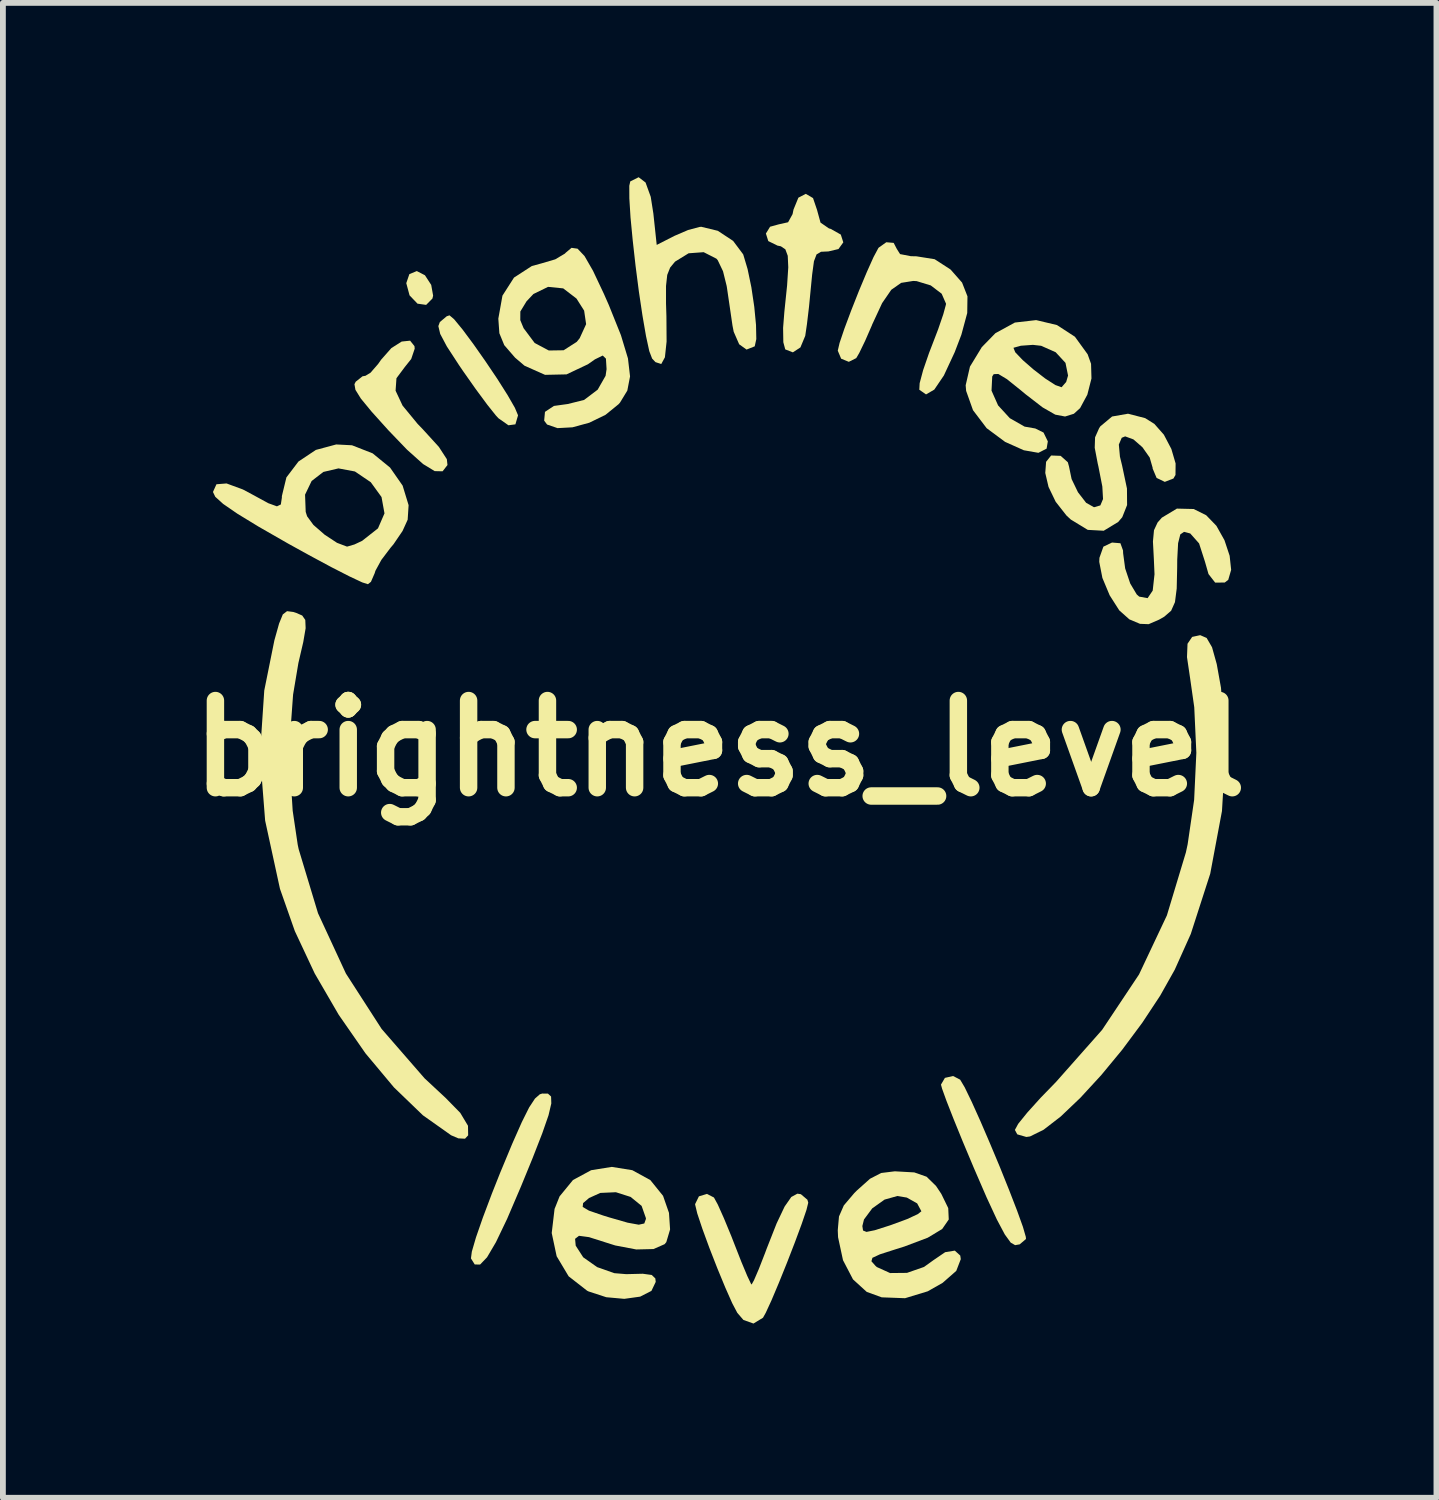
<source format=kicad_pcb>
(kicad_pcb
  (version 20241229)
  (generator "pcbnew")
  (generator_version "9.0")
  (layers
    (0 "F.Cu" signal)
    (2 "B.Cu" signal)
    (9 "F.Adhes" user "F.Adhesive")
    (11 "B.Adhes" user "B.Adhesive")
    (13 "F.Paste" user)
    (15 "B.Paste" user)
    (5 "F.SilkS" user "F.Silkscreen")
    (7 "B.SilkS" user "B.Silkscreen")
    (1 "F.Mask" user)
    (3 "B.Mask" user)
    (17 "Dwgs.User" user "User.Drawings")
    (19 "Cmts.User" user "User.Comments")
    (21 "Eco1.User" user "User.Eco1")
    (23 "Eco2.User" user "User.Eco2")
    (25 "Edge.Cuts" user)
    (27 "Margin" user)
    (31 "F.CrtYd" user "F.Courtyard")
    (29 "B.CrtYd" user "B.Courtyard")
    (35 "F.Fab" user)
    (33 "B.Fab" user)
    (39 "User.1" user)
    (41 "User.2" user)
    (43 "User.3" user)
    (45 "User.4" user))
  (footprint "brightness_level"
    (layer "F.Cu")
    (at 9.336 9.828)
    (property "Reference" "brightness_level" (at 0 0 0) (layer "F.SilkS") (effects (font (size 1.5 1.5) (thickness 0.3))))
    (attr board_only exclude_from_pos_files exclude_from_bom)
    (fp_poly (pts (xy -5.073 -8.141) (xy -4.965 -7.975) (xy -4.932 -7.79) (xy -4.944 -7.74) (xy -5.052 -7.631) (xy -5.201 -7.652) (xy -5.336 -7.793) (xy -5.338 -7.796) (xy -5.394 -8.005) (xy -5.341 -8.16) (xy -5.213 -8.213)) (stroke (width 0) (type solid)) (fill yes) (layer "F.SilkS"))
    (fp_poly (pts (xy -4.571 -7.384) (xy -4.426 -7.208) (xy -4.238 -6.955) (xy -4.031 -6.66) (xy -3.827 -6.357) (xy -3.651 -6.079) (xy -3.525 -5.86) (xy -3.472 -5.734) (xy -3.471 -5.729) (xy -3.516 -5.575) (xy -3.636 -5.559) (xy -3.808 -5.68) (xy -3.854 -5.73) (xy -3.999 -5.912) (xy -4.2 -6.184) (xy -4.421 -6.498) (xy -4.487 -6.595) (xy -4.696 -6.916) (xy -4.81 -7.131) (xy -4.842 -7.266) (xy -4.816 -7.336) (xy -4.698 -7.435) (xy -4.65 -7.451)) (stroke (width 0) (type solid)) (fill yes) (layer "F.SilkS"))
    (fp_poly (pts (xy -2.956 5.943) (xy -2.902 5.993) (xy -2.898 6.112) (xy -2.946 6.316) (xy -3.053 6.624) (xy -3.22 7.053) (xy -3.42 7.541) (xy -3.658 8.097) (xy -3.851 8.5) (xy -4.004 8.76) (xy -4.124 8.885) (xy -4.216 8.883) (xy -4.281 8.779) (xy -4.266 8.663) (xy -4.195 8.419) (xy -4.076 8.076) (xy -3.92 7.662) (xy -3.781 7.312) (xy -3.569 6.802) (xy -3.405 6.432) (xy -3.279 6.18) (xy -3.179 6.028) (xy -3.096 5.955) (xy -3.055 5.942)) (stroke (width 0) (type solid)) (fill yes) (layer "F.SilkS"))
    (fp_poly (pts (xy 4.138 5.703) (xy 4.216 5.834) (xy 4.336 6.082) (xy 4.486 6.415) (xy 4.652 6.801) (xy 4.822 7.207) (xy 4.981 7.603) (xy 5.118 7.957) (xy 5.218 8.235) (xy 5.268 8.408) (xy 5.271 8.445) (xy 5.163 8.537) (xy 5.084 8.551) (xy 5.008 8.507) (xy 4.906 8.366) (xy 4.77 8.11) (xy 4.592 7.726) (xy 4.372 7.218) (xy 4.185 6.773) (xy 4.025 6.38) (xy 3.902 6.066) (xy 3.827 5.858) (xy 3.808 5.788) (xy 3.876 5.672) (xy 4.017 5.64)) (stroke (width 0) (type solid)) (fill yes) (layer "F.SilkS"))
    (fp_poly (pts (xy -5.253 -6.921) (xy -5.249 -6.877) (xy -5.309 -6.7) (xy -5.419 -6.562) (xy -5.563 -6.369) (xy -5.578 -6.154) (xy -5.458 -5.898) (xy -5.198 -5.582) (xy -5.111 -5.492) (xy -4.834 -5.188) (xy -4.696 -4.976) (xy -4.685 -4.875) (xy -4.769 -4.767) (xy -4.905 -4.77) (xy -5.105 -4.892) (xy -5.38 -5.138) (xy -5.701 -5.472) (xy -5.991 -5.794) (xy -6.176 -6.019) (xy -6.269 -6.169) (xy -6.286 -6.266) (xy -6.264 -6.309) (xy -6.147 -6.402) (xy -6.096 -6.411) (xy -6.01 -6.463) (xy -5.878 -6.615) (xy -5.826 -6.689) (xy -5.651 -6.887) (xy -5.473 -7) (xy -5.328 -7.015)) (stroke (width 0) (type solid)) (fill yes) (layer "F.SilkS"))
    (fp_poly (pts (xy 8.38 -1.899) (xy 8.473 -1.739) (xy 8.554 -1.449) (xy 8.627 -1.042) (xy 8.708 0.001) (xy 8.644 1.08) (xy 8.442 2.158) (xy 8.107 3.196) (xy 7.831 3.811) (xy 7.58 4.258) (xy 7.272 4.724) (xy 6.927 5.188) (xy 6.565 5.626) (xy 6.206 6.016) (xy 5.869 6.337) (xy 5.574 6.565) (xy 5.341 6.68) (xy 5.277 6.689) (xy 5.121 6.644) (xy 5.08 6.568) (xy 5.137 6.463) (xy 5.293 6.27) (xy 5.522 6.016) (xy 5.788 5.742) (xy 6.581 4.846) (xy 7.216 3.893) (xy 7.696 2.876) (xy 8.023 1.792) (xy 8.053 1.653) (xy 8.165 0.888) (xy 8.203 0.077) (xy 8.167 -0.706) (xy 8.096 -1.203) (xy 8.042 -1.569) (xy 8.051 -1.799) (xy 8.131 -1.917) (xy 8.269 -1.947)) (stroke (width 0) (type solid)) (fill yes) (layer "F.SilkS"))
    (fp_poly (pts (xy -7.338 -2.346) (xy -7.288 -2.33) (xy -7.185 -2.285) (xy -7.132 -2.209) (xy -7.126 -2.067) (xy -7.167 -1.828) (xy -7.251 -1.466) (xy -7.342 -0.924) (xy -7.389 -0.279) (xy -7.391 0.407) (xy -7.349 1.074) (xy -7.262 1.661) (xy -7.246 1.736) (xy -6.913 2.839) (xy -6.433 3.876) (xy -5.818 4.83) (xy -5.079 5.68) (xy -4.72 6.014) (xy -4.465 6.274) (xy -4.332 6.496) (xy -4.329 6.661) (xy -4.383 6.719) (xy -4.498 6.713) (xy -4.622 6.66) (xy -5.108 6.316) (xy -5.606 5.836) (xy -6.096 5.25) (xy -6.557 4.586) (xy -6.97 3.875) (xy -7.312 3.146) (xy -7.564 2.429) (xy -7.569 2.413) (xy -7.823 1.244) (xy -7.912 0.111) (xy -7.838 -0.995) (xy -7.664 -1.858) (xy -7.583 -2.147) (xy -7.519 -2.304) (xy -7.446 -2.36)) (stroke (width 0) (type solid)) (fill yes) (layer "F.SilkS"))
    (fp_poly (pts (xy 1.606 -9.469) (xy 1.677 -9.26) (xy 1.677 -9.258) (xy 1.735 -9.047) (xy 1.88 -8.947) (xy 1.91 -8.939) (xy 2.084 -8.841) (xy 2.127 -8.707) (xy 2.044 -8.592) (xy 1.871 -8.551) (xy 1.744 -8.545) (xy 1.667 -8.5) (xy 1.622 -8.382) (xy 1.591 -8.153) (xy 1.57 -7.938) (xy 1.537 -7.598) (xy 1.501 -7.296) (xy 1.472 -7.098) (xy 1.472 -7.098) (xy 1.389 -6.899) (xy 1.259 -6.814) (xy 1.128 -6.865) (xy 1.095 -6.988) (xy 1.091 -7.235) (xy 1.113 -7.514) (xy 1.16 -7.967) (xy 1.18 -8.278) (xy 1.171 -8.476) (xy 1.13 -8.587) (xy 1.053 -8.639) (xy 0.995 -8.651) (xy 0.836 -8.729) (xy 0.795 -8.859) (xy 0.867 -8.976) (xy 1.016 -9.017) (xy 1.177 -9.053) (xy 1.254 -9.193) (xy 1.27 -9.271) (xy 1.354 -9.476) (xy 1.482 -9.542)) (stroke (width 0) (type solid)) (fill yes) (layer "F.SilkS"))
    (fp_poly (pts (xy 1.397 7.674) (xy 1.509 7.769) (xy 1.524 7.82) (xy 1.493 7.945) (xy 1.411 8.186) (xy 1.294 8.502) (xy 1.158 8.853) (xy 1.018 9.2) (xy 0.891 9.501) (xy 0.792 9.716) (xy 0.745 9.8) (xy 0.581 9.9) (xy 0.408 9.838) (xy 0.303 9.716) (xy 0.215 9.549) (xy 0.095 9.278) (xy -0.042 8.946) (xy -0.179 8.595) (xy -0.299 8.267) (xy -0.386 8.006) (xy -0.423 7.852) (xy -0.423 7.844) (xy -0.358 7.711) (xy -0.219 7.669) (xy -0.099 7.731) (xy -0.033 7.852) (xy 0.073 8.089) (xy 0.201 8.399) (xy 0.252 8.53) (xy 0.374 8.841) (xy 0.474 9.08) (xy 0.537 9.213) (xy 0.549 9.229) (xy 0.59 9.155) (xy 0.673 8.962) (xy 0.781 8.685) (xy 0.807 8.615) (xy 0.979 8.178) (xy 1.117 7.887) (xy 1.232 7.722) (xy 1.337 7.665)) (stroke (width 0) (type solid)) (fill yes) (layer "F.SilkS"))
    (fp_poly (pts (xy 8.157 -4.118) (xy 8.372 -4.011) (xy 8.548 -3.829) (xy 8.687 -3.581) (xy 8.776 -3.313) (xy 8.802 -3.071) (xy 8.752 -2.899) (xy 8.692 -2.853) (xy 8.527 -2.851) (xy 8.412 -2.999) (xy 8.352 -3.209) (xy 8.25 -3.526) (xy 8.098 -3.697) (xy 7.991 -3.725) (xy 7.927 -3.681) (xy 7.889 -3.53) (xy 7.874 -3.246) (xy 7.873 -3.111) (xy 7.865 -2.749) (xy 7.835 -2.515) (xy 7.769 -2.367) (xy 7.651 -2.265) (xy 7.562 -2.214) (xy 7.382 -2.136) (xy 7.233 -2.142) (xy 7.05 -2.219) (xy 6.876 -2.374) (xy 6.711 -2.633) (xy 6.586 -2.932) (xy 6.532 -3.208) (xy 6.535 -3.278) (xy 6.603 -3.47) (xy 6.752 -3.541) (xy 6.896 -3.529) (xy 6.941 -3.405) (xy 6.943 -3.356) (xy 6.978 -3.095) (xy 7.065 -2.836) (xy 7.177 -2.648) (xy 7.22 -2.61) (xy 7.364 -2.584) (xy 7.452 -2.714) (xy 7.483 -2.996) (xy 7.472 -3.251) (xy 7.456 -3.559) (xy 7.474 -3.753) (xy 7.536 -3.886) (xy 7.609 -3.969) (xy 7.868 -4.125)) (stroke (width 0) (type solid)) (fill yes) (layer "F.SilkS"))
    (fp_poly (pts (xy 2.994 -8.698) (xy 3.048 -8.594) (xy 3.104 -8.505) (xy 3.29 -8.469) (xy 3.385 -8.467) (xy 3.699 -8.417) (xy 3.968 -8.243) (xy 3.978 -8.234) (xy 4.171 -8.015) (xy 4.264 -7.778) (xy 4.26 -7.491) (xy 4.159 -7.117) (xy 4.044 -6.816) (xy 3.858 -6.416) (xy 3.693 -6.173) (xy 3.551 -6.09) (xy 3.436 -6.17) (xy 3.435 -6.17) (xy 3.441 -6.283) (xy 3.501 -6.508) (xy 3.603 -6.804) (xy 3.639 -6.897) (xy 3.759 -7.21) (xy 3.848 -7.47) (xy 3.892 -7.631) (xy 3.895 -7.651) (xy 3.82 -7.823) (xy 3.632 -7.966) (xy 3.389 -8.04) (xy 3.33 -8.043) (xy 3.123 -8.01) (xy 2.953 -7.891) (xy 2.795 -7.661) (xy 2.624 -7.293) (xy 2.62 -7.281) (xy 2.503 -7.013) (xy 2.401 -6.802) (xy 2.35 -6.715) (xy 2.222 -6.651) (xy 2.09 -6.705) (xy 2.032 -6.843) (xy 2.063 -6.976) (xy 2.146 -7.222) (xy 2.263 -7.535) (xy 2.397 -7.874) (xy 2.531 -8.194) (xy 2.647 -8.453) (xy 2.729 -8.606) (xy 2.735 -8.615) (xy 2.867 -8.709)) (stroke (width 0) (type solid)) (fill yes) (layer "F.SilkS"))
    (fp_poly (pts (xy 7.322 -5.682) (xy 7.48 -5.583) (xy 7.644 -5.397) (xy 7.773 -5.151) (xy 7.846 -4.902) (xy 7.844 -4.704) (xy 7.809 -4.643) (xy 7.66 -4.585) (xy 7.519 -4.653) (xy 7.451 -4.814) (xy 7.451 -4.827) (xy 7.4 -5.004) (xy 7.275 -5.181) (xy 7.12 -5.316) (xy 6.978 -5.368) (xy 6.919 -5.344) (xy 6.869 -5.227) (xy 6.888 -5.019) (xy 6.925 -4.867) (xy 7.009 -4.47) (xy 7.011 -4.186) (xy 6.928 -3.977) (xy 6.858 -3.895) (xy 6.609 -3.744) (xy 6.334 -3.759) (xy 6.042 -3.937) (xy 5.967 -4.007) (xy 5.782 -4.243) (xy 5.659 -4.498) (xy 5.603 -4.738) (xy 5.617 -4.93) (xy 5.704 -5.039) (xy 5.866 -5.033) (xy 5.87 -5.031) (xy 5.991 -4.923) (xy 6.011 -4.851) (xy 6.056 -4.634) (xy 6.166 -4.406) (xy 6.306 -4.225) (xy 6.441 -4.149) (xy 6.444 -4.149) (xy 6.551 -4.18) (xy 6.597 -4.29) (xy 6.585 -4.505) (xy 6.517 -4.852) (xy 6.506 -4.899) (xy 6.454 -5.172) (xy 6.46 -5.352) (xy 6.529 -5.507) (xy 6.55 -5.54) (xy 6.753 -5.71) (xy 7.027 -5.758)) (stroke (width 0) (type solid)) (fill yes) (layer "F.SilkS"))
    (fp_poly (pts (xy -1.276 -9.737) (xy -1.187 -9.491) (xy -1.142 -9.205) (xy -1.084 -8.663) (xy -0.778 -8.819) (xy -0.543 -8.92) (xy -0.347 -8.972) (xy -0.317 -8.975) (xy -0.033 -8.906) (xy 0.231 -8.732) (xy 0.403 -8.502) (xy 0.407 -8.492) (xy 0.48 -8.247) (xy 0.545 -7.934) (xy 0.595 -7.597) (xy 0.625 -7.285) (xy 0.63 -7.043) (xy 0.603 -6.919) (xy 0.601 -6.917) (xy 0.462 -6.862) (xy 0.335 -6.953) (xy 0.241 -7.168) (xy 0.22 -7.275) (xy 0.172 -7.604) (xy 0.123 -7.938) (xy 0.119 -7.96) (xy 0.057 -8.21) (xy -0.034 -8.4) (xy -0.056 -8.426) (xy -0.276 -8.538) (xy -0.535 -8.519) (xy -0.769 -8.375) (xy -0.853 -8.273) (xy -0.903 -8.147) (xy -0.924 -7.956) (xy -0.924 -7.659) (xy -0.917 -7.431) (xy -0.914 -7) (xy -0.943 -6.729) (xy -1.006 -6.613) (xy -1.106 -6.646) (xy -1.163 -6.707) (xy -1.212 -6.835) (xy -1.268 -7.093) (xy -1.329 -7.446) (xy -1.391 -7.861) (xy -1.448 -8.303) (xy -1.497 -8.741) (xy -1.535 -9.138) (xy -1.555 -9.463) (xy -1.556 -9.681) (xy -1.539 -9.756) (xy -1.395 -9.828)) (stroke (width 0) (type solid)) (fill yes) (layer "F.SilkS"))
    (fp_poly (pts (xy -1.504 7.261) (xy -1.194 7.431) (xy -0.975 7.702) (xy -0.873 7.995) (xy -0.854 8.281) (xy -0.919 8.499) (xy -0.948 8.534) (xy -1.139 8.618) (xy -1.436 8.625) (xy -1.798 8.556) (xy -1.947 8.509) (xy -2.249 8.413) (xy -2.422 8.39) (xy -2.489 8.442) (xy -2.478 8.56) (xy -2.349 8.76) (xy -2.109 8.929) (xy -1.814 9.033) (xy -1.609 9.05) (xy -1.324 9.043) (xy -1.17 9.064) (xy -1.108 9.123) (xy -1.101 9.183) (xy -1.175 9.338) (xy -1.369 9.437) (xy -1.642 9.475) (xy -1.952 9.447) (xy -2.258 9.347) (xy -2.283 9.334) (xy -2.6 9.087) (xy -2.806 8.742) (xy -2.891 8.342) (xy -2.842 7.927) (xy -2.828 7.893) (xy -2.358 7.893) (xy -2.25 7.957) (xy -2.005 8.041) (xy -1.905 8.072) (xy -1.585 8.164) (xy -1.393 8.199) (xy -1.298 8.178) (xy -1.27 8.101) (xy -1.27 8.086) (xy -1.344 7.875) (xy -1.533 7.721) (xy -1.787 7.64) (xy -2.055 7.652) (xy -2.249 7.74) (xy -2.351 7.827) (xy -2.358 7.893) (xy -2.828 7.893) (xy -2.756 7.712) (xy -2.525 7.43) (xy -2.212 7.261) (xy -1.857 7.204)) (stroke (width 0) (type solid)) (fill yes) (layer "F.SilkS"))
    (fp_poly (pts (xy 5.804 -7.284) (xy 6.113 -7.083) (xy 6.332 -6.781) (xy 6.391 -6.617) (xy 6.398 -6.365) (xy 6.327 -6.086) (xy 6.202 -5.854) (xy 6.095 -5.757) (xy 5.944 -5.71) (xy 5.775 -5.742) (xy 5.557 -5.867) (xy 5.259 -6.097) (xy 5.186 -6.158) (xy 4.943 -6.353) (xy 4.795 -6.442) (xy 4.716 -6.439) (xy 4.69 -6.399) (xy 4.678 -6.155) (xy 4.791 -5.901) (xy 4.993 -5.681) (xy 5.247 -5.536) (xy 5.431 -5.504) (xy 5.573 -5.434) (xy 5.647 -5.282) (xy 5.626 -5.157) (xy 5.485 -5.085) (xy 5.234 -5.129) (xy 4.912 -5.273) (xy 4.594 -5.509) (xy 4.359 -5.819) (xy 4.241 -6.151) (xy 4.233 -6.247) (xy 4.307 -6.569) (xy 4.503 -6.891) (xy 5.056 -6.891) (xy 5.086 -6.816) (xy 5.215 -6.681) (xy 5.401 -6.519) (xy 5.602 -6.364) (xy 5.777 -6.251) (xy 5.883 -6.214) (xy 5.884 -6.214) (xy 5.963 -6.305) (xy 5.995 -6.415) (xy 5.951 -6.633) (xy 5.782 -6.816) (xy 5.532 -6.927) (xy 5.39 -6.943) (xy 5.183 -6.928) (xy 5.06 -6.894) (xy 5.056 -6.891) (xy 4.503 -6.891) (xy 4.51 -6.903) (xy 4.745 -7.144) (xy 5.08 -7.327) (xy 5.446 -7.369)) (stroke (width 0) (type solid)) (fill yes) (layer "F.SilkS"))
    (fp_poly (pts (xy -6.328 -5.215) (xy -5.973 -5.076) (xy -5.673 -4.831) (xy -5.457 -4.521) (xy -5.354 -4.184) (xy -5.37 -3.934) (xy -5.458 -3.74) (xy -5.614 -3.511) (xy -5.664 -3.452) (xy -5.823 -3.242) (xy -5.925 -3.055) (xy -5.938 -3.013) (xy -6.002 -2.865) (xy -6.054 -2.824) (xy -6.152 -2.855) (xy -6.371 -2.958) (xy -6.686 -3.119) (xy -7.071 -3.326) (xy -7.429 -3.524) (xy -7.935 -3.814) (xy -8.302 -4.038) (xy -8.546 -4.206) (xy -8.681 -4.328) (xy -8.721 -4.411) (xy -8.661 -4.544) (xy -8.487 -4.558) (xy -8.205 -4.454) (xy -8.031 -4.361) (xy -7.769 -4.218) (xy -7.62 -4.164) (xy -7.553 -4.196) (xy -7.535 -4.314) (xy -7.535 -4.339) (xy -7.529 -4.365) (xy -7.136 -4.365) (xy -7.125 -4.069) (xy -7.101 -3.993) (xy -6.992 -3.844) (xy -6.799 -3.676) (xy -6.586 -3.536) (xy -6.417 -3.472) (xy -6.408 -3.472) (xy -6.286 -3.508) (xy -6.154 -3.57) (xy -5.881 -3.785) (xy -5.769 -4.043) (xy -5.82 -4.324) (xy -6.005 -4.579) (xy -6.278 -4.764) (xy -6.561 -4.817) (xy -6.821 -4.756) (xy -7.023 -4.6) (xy -7.136 -4.365) (xy -7.529 -4.365) (xy -7.457 -4.662) (xy -7.249 -4.936) (xy -6.95 -5.135) (xy -6.6 -5.229)) (stroke (width 0) (type solid)) (fill yes) (layer "F.SilkS"))
    (fp_poly (pts (xy 3.349 7.299) (xy 3.56 7.373) (xy 3.722 7.531) (xy 3.814 7.669) (xy 3.933 7.913) (xy 3.942 8.109) (xy 3.829 8.273) (xy 3.58 8.423) (xy 3.18 8.574) (xy 3.024 8.623) (xy 2.757 8.709) (xy 2.628 8.769) (xy 2.611 8.828) (xy 2.682 8.908) (xy 2.705 8.928) (xy 2.932 9.031) (xy 3.223 9.028) (xy 3.516 8.926) (xy 3.679 8.809) (xy 3.88 8.672) (xy 4.046 8.645) (xy 4.14 8.73) (xy 4.149 8.792) (xy 4.071 8.994) (xy 3.836 9.2) (xy 3.581 9.345) (xy 3.19 9.464) (xy 2.788 9.449) (xy 2.53 9.355) (xy 2.294 9.14) (xy 2.122 8.81) (xy 2.037 8.415) (xy 2.032 8.296) (xy 2.038 8.222) (xy 2.455 8.222) (xy 2.467 8.299) (xy 2.526 8.323) (xy 2.669 8.294) (xy 2.932 8.21) (xy 2.963 8.199) (xy 3.226 8.102) (xy 3.409 8.017) (xy 3.471 7.968) (xy 3.398 7.832) (xy 3.22 7.732) (xy 3.058 7.705) (xy 2.837 7.767) (xy 2.625 7.918) (xy 2.483 8.109) (xy 2.455 8.222) (xy 2.038 8.222) (xy 2.053 8.057) (xy 2.136 7.867) (xy 2.316 7.655) (xy 2.361 7.61) (xy 2.587 7.408) (xy 2.779 7.309) (xy 3.006 7.281) (xy 3.031 7.281)) (stroke (width 0) (type solid)) (fill yes) (layer "F.SilkS"))
    (fp_poly (pts (xy -2.446 -8.598) (xy -2.326 -8.471) (xy -2.18 -8.217) (xy -1.994 -7.823) (xy -1.908 -7.628) (xy -1.7 -7.11) (xy -1.579 -6.71) (xy -1.543 -6.4) (xy -1.59 -6.156) (xy -1.716 -5.949) (xy -1.74 -5.922) (xy -1.965 -5.739) (xy -2.244 -5.603) (xy -2.534 -5.524) (xy -2.791 -5.51) (xy -2.971 -5.572) (xy -3.021 -5.639) (xy -3.007 -5.79) (xy -2.853 -5.892) (xy -2.615 -5.925) (xy -2.334 -5.995) (xy -2.1 -6.172) (xy -1.964 -6.41) (xy -1.947 -6.525) (xy -1.958 -6.706) (xy -2.013 -6.759) (xy -2.148 -6.693) (xy -2.268 -6.609) (xy -2.636 -6.435) (xy -3.006 -6.427) (xy -3.359 -6.584) (xy -3.522 -6.723) (xy -3.708 -6.938) (xy -3.792 -7.143) (xy -3.808 -7.368) (xy -3.432 -7.368) (xy -3.375 -7.23) (xy -3.184 -6.975) (xy -2.941 -6.846) (xy -2.686 -6.85) (xy -2.46 -6.995) (xy -2.41 -7.057) (xy -2.299 -7.299) (xy -2.333 -7.532) (xy -2.465 -7.74) (xy -2.693 -7.915) (xy -2.954 -7.941) (xy -3.206 -7.818) (xy -3.324 -7.693) (xy -3.431 -7.517) (xy -3.432 -7.368) (xy -3.808 -7.368) (xy -3.81 -7.393) (xy -3.739 -7.79) (xy -3.54 -8.101) (xy -3.233 -8.3) (xy -3.064 -8.346) (xy -2.83 -8.415) (xy -2.664 -8.514) (xy -2.65 -8.529) (xy -2.55 -8.613)) (stroke (width 0) (type solid)) (fill yes) (layer "F.SilkS")))
  (gr_rect
    (start -3 -3)
    (end 21.671 22.727)
    (stroke (width 0.1) (type default))
    (fill no)
    (layer "Edge.Cuts")))
</source>
